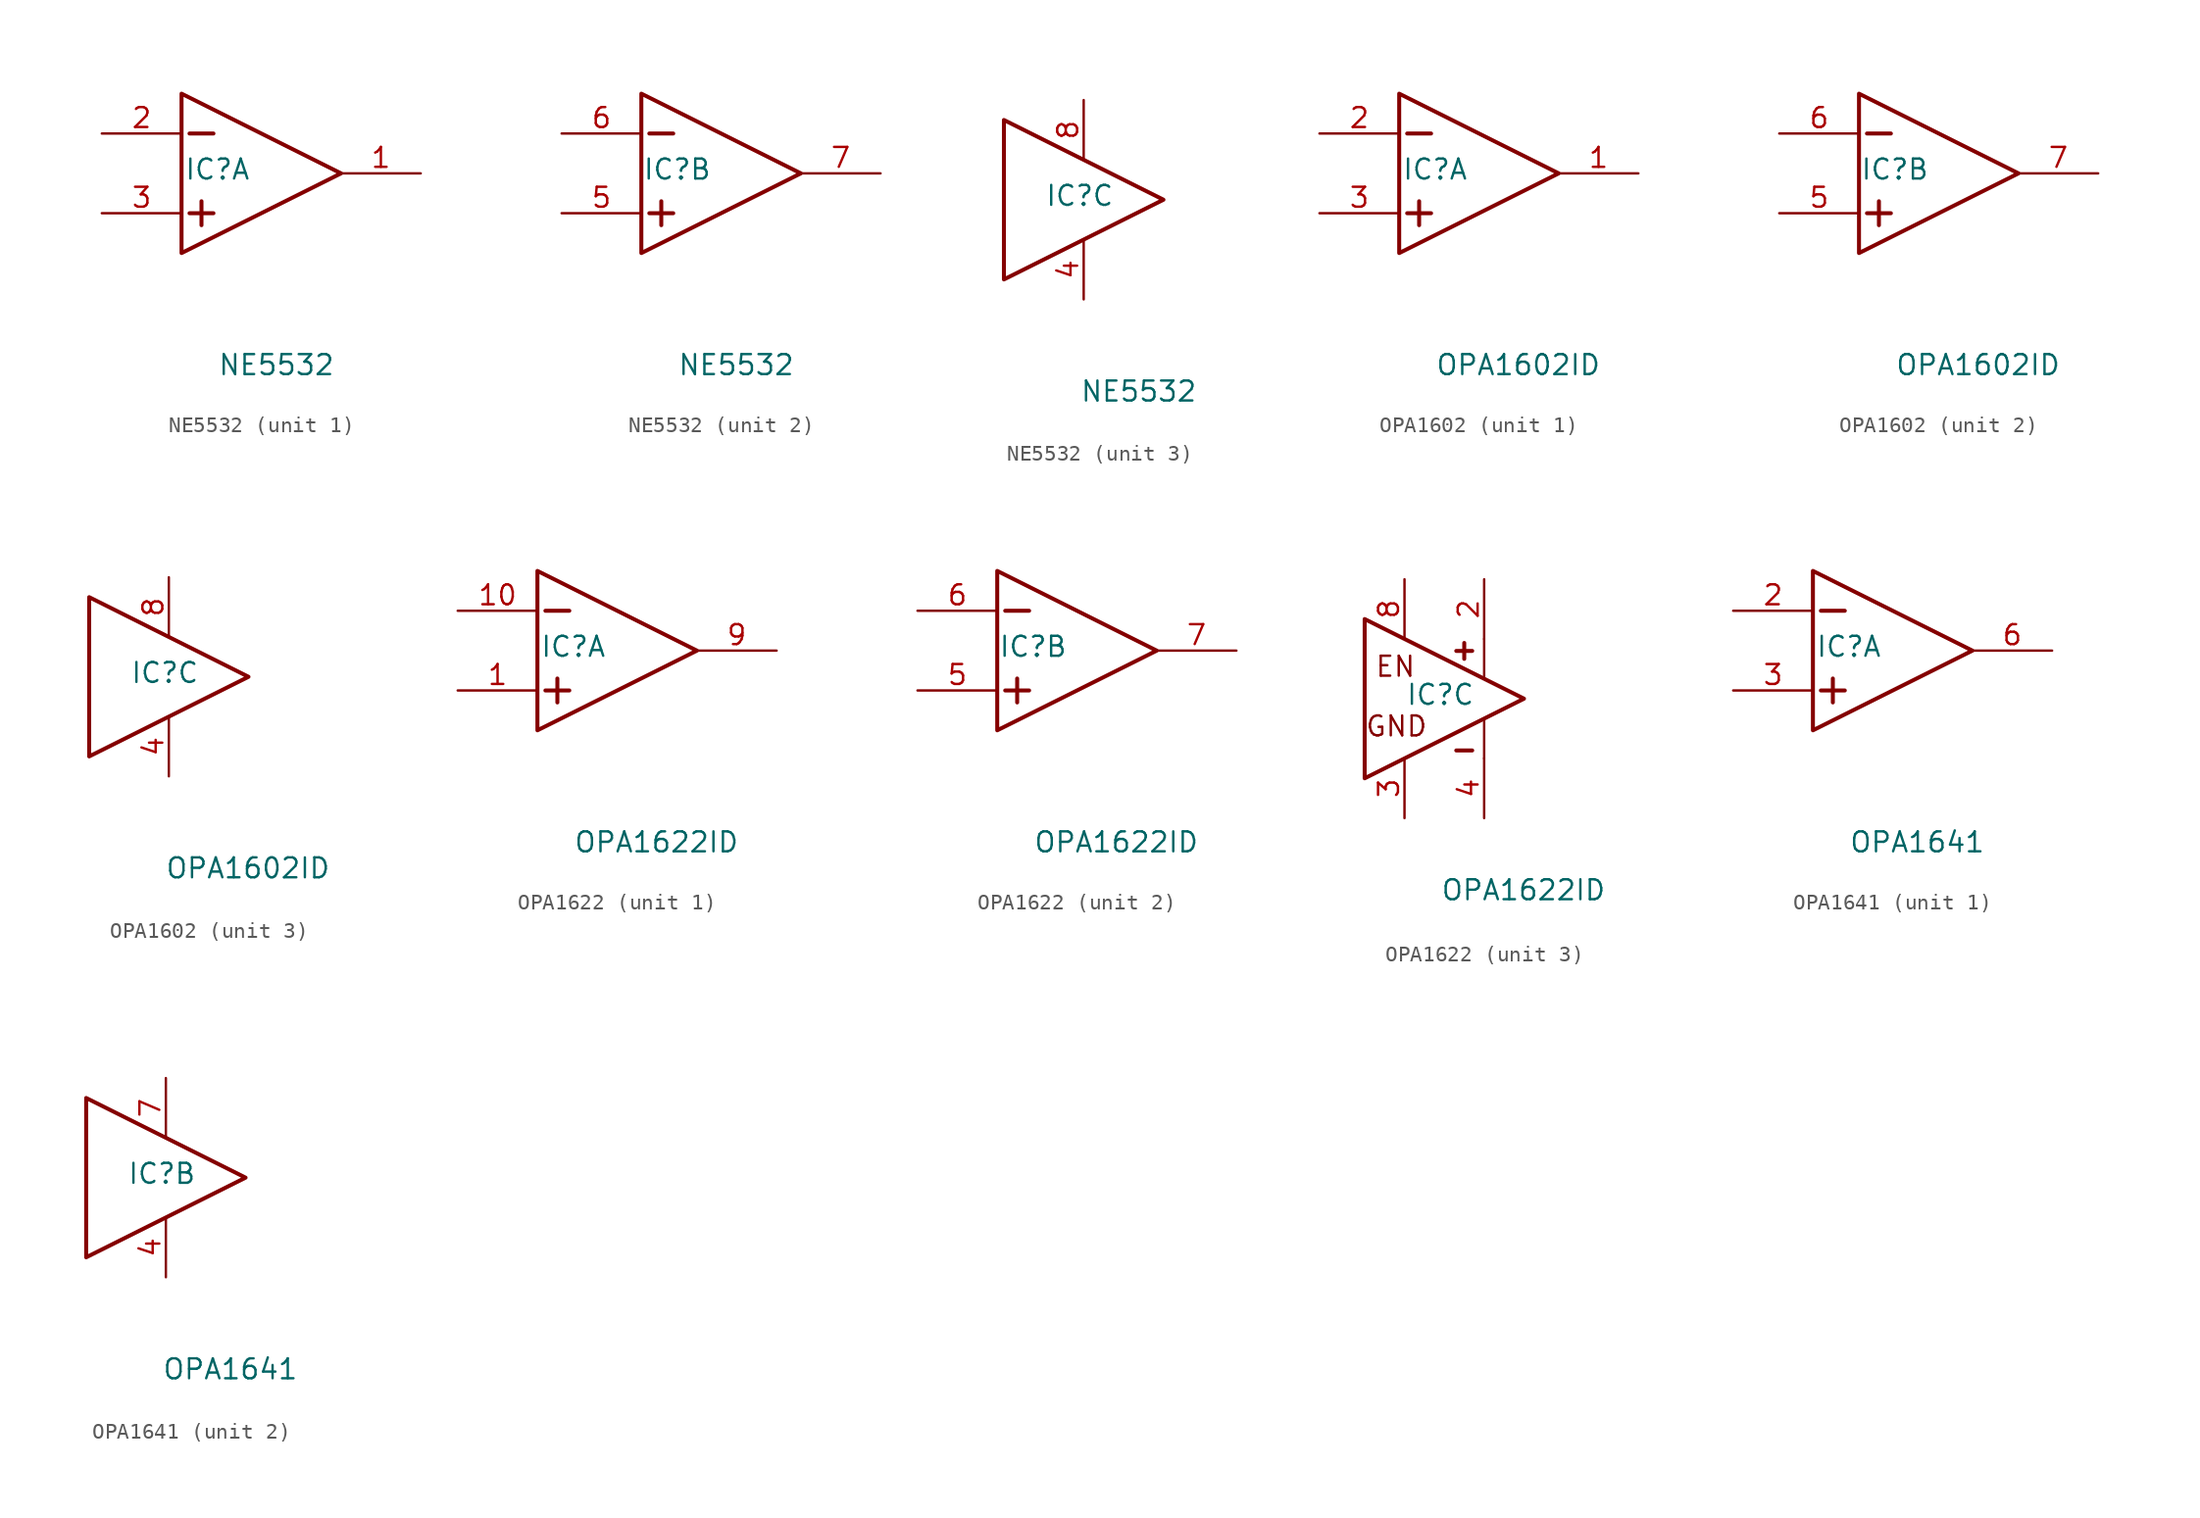
<source format=kicad_sym>
(kicad_symbol_lib
  (version 20231120)
  (generator "kicad_symbol_editor")
  (generator_version "8.0")
  (symbol "NE5532"
    (property "Reference" "IC"
      (at -0.254 0.254 0)
      (effects (font (size 1.27 1.27))))
    (property "Value" "NE5532"
      (at -0.254 -12.954 0)
      (effects (font (size 1.27 1.27)) (justify left bottom)))
    (symbol "NE5532_1_0"
      (polyline (pts (xy -2.032 -2.54) (xy -0.508 -2.54)) (stroke (width 0.254) (type solid)) (fill (type none)))
      (polyline (pts (xy -2.032 2.54) (xy -0.508 2.54)) (stroke (width 0.254) (type solid)) (fill (type none)))
      (polyline (pts (xy -1.27 -1.778) (xy -1.27 -3.302)) (stroke (width 0.254) (type solid)) (fill (type none)))
      (polyline (pts (xy -2.54 -5.08) (xy -2.54 5.08) (xy 7.62 0) (xy -2.54 -5.08)) (stroke (width 0.254) (type solid)) (fill (type none)))
      (pin passive line (at 12.7 0 180) (length 5.08) (name "OUT" (effects (font (size 0 0)))) (number "1" (effects (font (size 1.27 1.27)))))
      (pin passive line (at -7.62 2.54 0) (length 5.08) (name "IN-" (effects (font (size 0 0)))) (number "2" (effects (font (size 1.27 1.27)))))
      (pin passive line (at -7.62 -2.54 0) (length 5.08) (name "IN+" (effects (font (size 0 0)))) (number "3" (effects (font (size 1.27 1.27))))))
    (symbol "NE5532_2_0"
      (polyline (pts (xy -2.032 -2.54) (xy -0.508 -2.54)) (stroke (width 0.254) (type solid)) (fill (type none)))
      (polyline (pts (xy -2.032 2.54) (xy -0.508 2.54)) (stroke (width 0.254) (type solid)) (fill (type none)))
      (polyline (pts (xy -1.27 -1.778) (xy -1.27 -3.302)) (stroke (width 0.254) (type solid)) (fill (type none)))
      (polyline (pts (xy -2.54 -5.08) (xy -2.54 5.08) (xy 7.62 0) (xy -2.54 -5.08)) (stroke (width 0.254) (type solid)) (fill (type none)))
      (pin passive line (at -7.62 -2.54 0) (length 5.08) (name "IN+" (effects (font (size 0 0)))) (number "5" (effects (font (size 1.27 1.27)))))
      (pin passive line (at -7.62 2.54 0) (length 5.08) (name "IN-" (effects (font (size 0 0)))) (number "6" (effects (font (size 1.27 1.27)))))
      (pin passive line (at 12.7 0 180) (length 5.08) (name "OUT" (effects (font (size 0 0)))) (number "7" (effects (font (size 1.27 1.27))))))
    (symbol "NE5532_3_0"
      (polyline (pts (xy -5.08 -5.08) (xy -5.08 5.08) (xy 5.08 0) (xy -5.08 -5.08)) (stroke (width 0.254) (type solid)) (fill (type none)))
      (pin power_in line (at 0 -6.35 90) (length 3.81) (name "V-" (effects (font (size 0 0)))) (number "4" (effects (font (size 1.27 1.27)))))
      (pin power_in line (at 0 6.35 270) (length 3.81) (name "V+" (effects (font (size 0 0)))) (number "8" (effects (font (size 1.27 1.27)))))))
  (symbol "OPA1602"
    (property "Reference" "IC"
      (at -0.254 0.254 0)
      (effects (font (size 1.27 1.27))))
    (property "Value" "OPA1602ID"
      (at -0.254 -12.954 0)
      (effects (font (size 1.27 1.27)) (justify left bottom)))
    (symbol "OPA1602_1_0"
      (polyline (pts (xy -2.032 -2.54) (xy -0.508 -2.54)) (stroke (width 0.254) (type solid)) (fill (type none)))
      (polyline (pts (xy -2.032 2.54) (xy -0.508 2.54)) (stroke (width 0.254) (type solid)) (fill (type none)))
      (polyline (pts (xy -1.27 -1.778) (xy -1.27 -3.302)) (stroke (width 0.254) (type solid)) (fill (type none)))
      (polyline (pts (xy -2.54 -5.08) (xy -2.54 5.08) (xy 7.62 0) (xy -2.54 -5.08)) (stroke (width 0.254) (type solid)) (fill (type none)))
      (pin passive line (at 12.7 0 180) (length 5.08) (name "OUT" (effects (font (size 0 0)))) (number "1" (effects (font (size 1.27 1.27)))))
      (pin passive line (at -7.62 2.54 0) (length 5.08) (name "IN-" (effects (font (size 0 0)))) (number "2" (effects (font (size 1.27 1.27)))))
      (pin passive line (at -7.62 -2.54 0) (length 5.08) (name "IN+" (effects (font (size 0 0)))) (number "3" (effects (font (size 1.27 1.27))))))
    (symbol "OPA1602_2_0"
      (polyline (pts (xy -2.032 -2.54) (xy -0.508 -2.54)) (stroke (width 0.254) (type solid)) (fill (type none)))
      (polyline (pts (xy -2.032 2.54) (xy -0.508 2.54)) (stroke (width 0.254) (type solid)) (fill (type none)))
      (polyline (pts (xy -1.27 -1.778) (xy -1.27 -3.302)) (stroke (width 0.254) (type solid)) (fill (type none)))
      (polyline (pts (xy -2.54 -5.08) (xy -2.54 5.08) (xy 7.62 0) (xy -2.54 -5.08)) (stroke (width 0.254) (type solid)) (fill (type none)))
      (pin passive line (at -7.62 -2.54 0) (length 5.08) (name "IN+" (effects (font (size 0 0)))) (number "5" (effects (font (size 1.27 1.27)))))
      (pin passive line (at -7.62 2.54 0) (length 5.08) (name "IN-" (effects (font (size 0 0)))) (number "6" (effects (font (size 1.27 1.27)))))
      (pin passive line (at 12.7 0 180) (length 5.08) (name "OUT" (effects (font (size 0 0)))) (number "7" (effects (font (size 1.27 1.27))))))
    (symbol "OPA1602_3_0"
      (polyline (pts (xy -5.08 -5.08) (xy -5.08 5.08) (xy 5.08 0) (xy -5.08 -5.08)) (stroke (width 0.254) (type solid)) (fill (type none)))
      (pin power_in line (at 0 -6.35 90) (length 3.81) (name "V-" (effects (font (size 0 0)))) (number "4" (effects (font (size 1.27 1.27)))))
      (pin power_in line (at 0 6.35 270) (length 3.81) (name "V+" (effects (font (size 0 0)))) (number "8" (effects (font (size 1.27 1.27)))))))
  (symbol "OPA1622"
    (property "Reference" "IC"
      (at -0.254 0.254 0)
      (effects (font (size 1.27 1.27))))
    (property "Value" "OPA1622ID"
      (at -0.254 -12.954 0)
      (effects (font (size 1.27 1.27)) (justify left bottom)))
    (symbol "OPA1622_1_0"
      (polyline (pts (xy -2.032 -2.54) (xy -0.508 -2.54)) (stroke (width 0.254) (type solid)) (fill (type none)))
      (polyline (pts (xy -2.032 2.54) (xy -0.508 2.54)) (stroke (width 0.254) (type solid)) (fill (type none)))
      (polyline (pts (xy -1.27 -1.778) (xy -1.27 -3.302)) (stroke (width 0.254) (type solid)) (fill (type none)))
      (polyline (pts (xy -2.54 -5.08) (xy -2.54 5.08) (xy 7.62 0) (xy -2.54 -5.08)) (stroke (width 0.254) (type solid)) (fill (type none)))
      (pin passive line (at -7.62 -2.54 0) (length 5.08) (name "IN+" (effects (font (size 0 0)))) (number "1" (effects (font (size 1.27 1.27)))))
      (pin passive line (at -7.62 2.54 0) (length 5.08) (name "IN-" (effects (font (size 0 0)))) (number "10" (effects (font (size 1.27 1.27)))))
      (pin passive line (at 12.7 0 180) (length 5.08) (name "OUT" (effects (font (size 0 0)))) (number "9" (effects (font (size 1.27 1.27))))))
    (symbol "OPA1622_2_0"
      (polyline (pts (xy -2.032 -2.54) (xy -0.508 -2.54)) (stroke (width 0.254) (type solid)) (fill (type none)))
      (polyline (pts (xy -2.032 2.54) (xy -0.508 2.54)) (stroke (width 0.254) (type solid)) (fill (type none)))
      (polyline (pts (xy -1.27 -1.778) (xy -1.27 -3.302)) (stroke (width 0.254) (type solid)) (fill (type none)))
      (polyline (pts (xy -2.54 -5.08) (xy -2.54 5.08) (xy 7.62 0) (xy -2.54 -5.08)) (stroke (width 0.254) (type solid)) (fill (type none)))
      (pin passive line (at -7.62 -2.54 0) (length 5.08) (name "IN+" (effects (font (size 0 0)))) (number "5" (effects (font (size 1.27 1.27)))))
      (pin passive line (at -7.62 2.54 0) (length 5.08) (name "IN-" (effects (font (size 0 0)))) (number "6" (effects (font (size 1.27 1.27)))))
      (pin passive line (at 12.7 0 180) (length 5.08) (name "OUT" (effects (font (size 0 0)))) (number "7" (effects (font (size 1.27 1.27))))))
    (symbol "OPA1622_3_0"
      (polyline (pts (xy 0.762 -3.302) (xy 1.778 -3.302)) (stroke (width 0.254) (type solid)) (fill (type none)))
      (polyline (pts (xy 0.762 3.048) (xy 1.778 3.048)) (stroke (width 0.254) (type solid)) (fill (type none)))
      (polyline (pts (xy 1.27 2.54) (xy 1.27 3.556)) (stroke (width 0.254) (type solid)) (fill (type none)))
      (polyline (pts (xy 2.54 -3.81) (xy 2.54 -1.27)) (stroke (width 0) (type solid)) (fill (type none)))
      (polyline (pts (xy 2.54 3.81) (xy 2.54 1.27)) (stroke (width 0) (type solid)) (fill (type none)))
      (polyline (pts (xy -5.08 -5.08) (xy -5.08 5.08) (xy 5.08 0) (xy -5.08 -5.08)) (stroke (width 0.254) (type solid)) (fill (type none)))
      (text "EN" (at -1.778 2.794 0) (effects (font (size 1.27 1.27)) (justify right top)))
      (text "GND" (at -1.016 -1.016 0) (effects (font (size 1.27 1.27)) (justify right top)))
      (pin power_in line (at 2.54 7.62 270) (length 3.81) (name "V+" (effects (font (size 0 0)))) (number "2" (effects (font (size 1.27 1.27)))))
      (pin power_in line (at -2.54 -7.62 90) (length 3.81) (name "GND" (effects (font (size 0 0)))) (number "3" (effects (font (size 1.27 1.27)))))
      (pin power_in line (at 2.54 -7.62 90) (length 3.81) (name "V-" (effects (font (size 0 0)))) (number "4" (effects (font (size 1.27 1.27)))))
      (pin power_in line (at -2.54 7.62 270) (length 3.81) (name "GND" (effects (font (size 0 0)))) (number "8" (effects (font (size 1.27 1.27)))))))
  (symbol "OPA1641"
    (property "Reference" "IC"
      (at -0.254 0.254 0)
      (effects (font (size 1.27 1.27))))
    (property "Value" "OPA1641"
      (at -0.254 -12.954 0)
      (effects (font (size 1.27 1.27)) (justify left bottom)))
    (symbol "OPA1641_1_0"
      (polyline (pts (xy -2.032 -2.54) (xy -0.508 -2.54)) (stroke (width 0.254) (type solid)) (fill (type none)))
      (polyline (pts (xy -2.032 2.54) (xy -0.508 2.54)) (stroke (width 0.254) (type solid)) (fill (type none)))
      (polyline (pts (xy -1.27 -1.778) (xy -1.27 -3.302)) (stroke (width 0.254) (type solid)) (fill (type none)))
      (polyline (pts (xy -2.54 -5.08) (xy -2.54 5.08) (xy 7.62 0) (xy -2.54 -5.08)) (stroke (width 0.254) (type solid)) (fill (type none)))
      (pin passive line (at -7.62 2.54 0) (length 5.08) (name "IN-" (effects (font (size 0 0)))) (number "2" (effects (font (size 1.27 1.27)))))
      (pin passive line (at -7.62 -2.54 0) (length 5.08) (name "IN+" (effects (font (size 0 0)))) (number "3" (effects (font (size 1.27 1.27)))))
      (pin passive line (at 12.7 0 180) (length 5.08) (name "OUT" (effects (font (size 0 0)))) (number "6" (effects (font (size 1.27 1.27))))))
    (symbol "OPA1641_2_0"
      (polyline (pts (xy -5.08 -5.08) (xy -5.08 5.08) (xy 5.08 0) (xy -5.08 -5.08)) (stroke (width 0.254) (type solid)) (fill (type none)))
      (pin power_in line (at 0 -6.35 90) (length 3.81) (name "V-" (effects (font (size 0 0)))) (number "4" (effects (font (size 1.27 1.27)))))
      (pin power_in line (at 0 6.35 270) (length 3.81) (name "V+" (effects (font (size 0 0)))) (number "7" (effects (font (size 1.27 1.27))))))))
</source>
